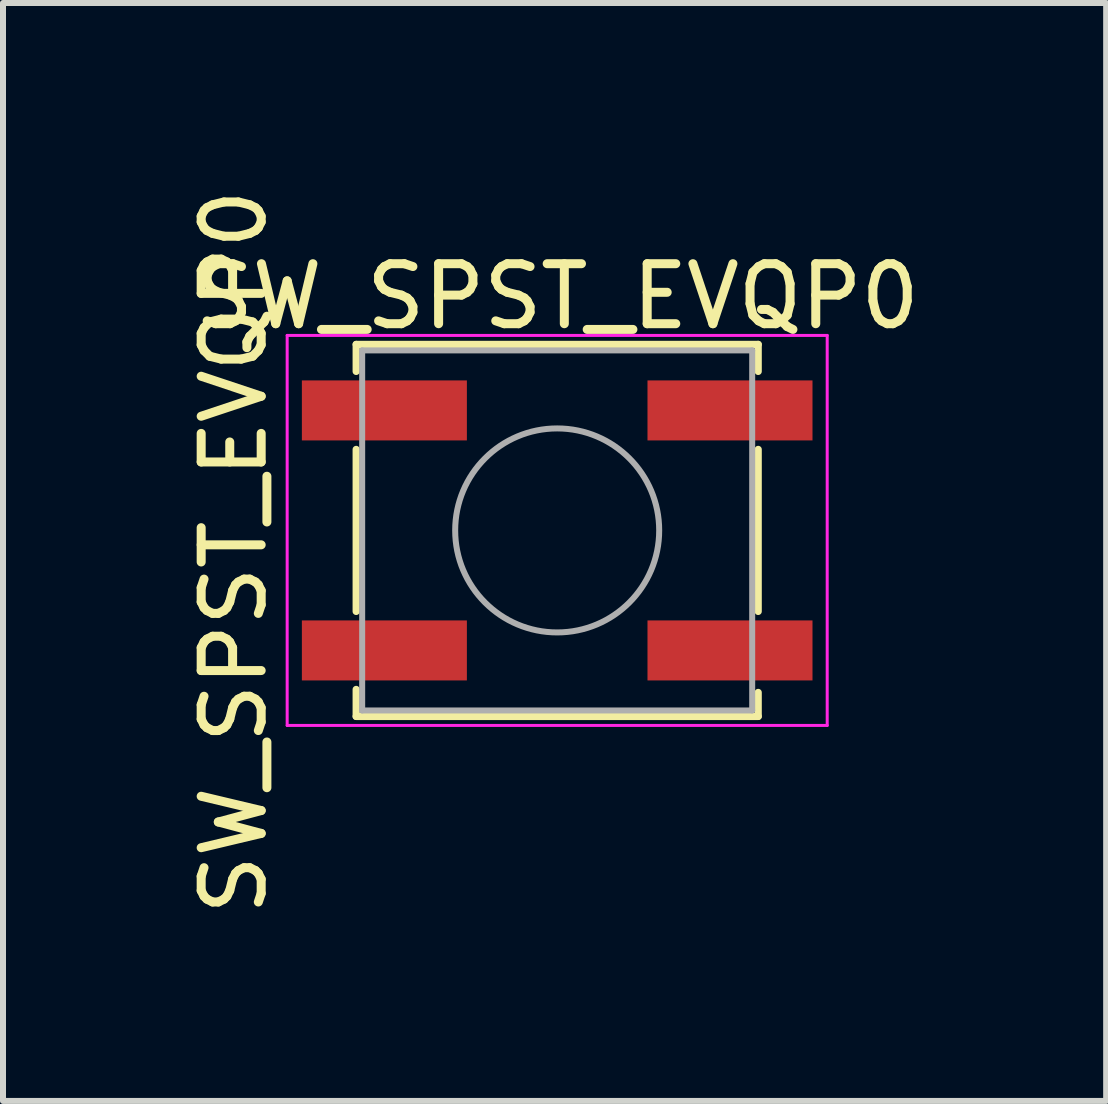
<source format=kicad_pcb>
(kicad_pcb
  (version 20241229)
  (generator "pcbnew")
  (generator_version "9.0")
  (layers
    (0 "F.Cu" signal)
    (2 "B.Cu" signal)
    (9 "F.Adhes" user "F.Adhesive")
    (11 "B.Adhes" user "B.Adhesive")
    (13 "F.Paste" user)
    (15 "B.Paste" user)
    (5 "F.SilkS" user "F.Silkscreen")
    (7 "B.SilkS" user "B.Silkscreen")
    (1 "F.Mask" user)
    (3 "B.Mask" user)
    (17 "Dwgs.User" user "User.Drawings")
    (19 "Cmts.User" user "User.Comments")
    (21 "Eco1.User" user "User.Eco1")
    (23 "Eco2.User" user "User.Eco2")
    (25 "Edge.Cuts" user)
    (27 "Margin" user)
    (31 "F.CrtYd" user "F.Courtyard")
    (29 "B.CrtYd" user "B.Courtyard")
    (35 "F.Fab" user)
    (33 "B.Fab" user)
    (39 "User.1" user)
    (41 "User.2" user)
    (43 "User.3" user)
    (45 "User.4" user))
  (footprint "SW_SPST_EVQP0"
    (layer "F.Cu")
    (at 6.236 5.79)
    (property "Reference" "SW_SPST_EVQP0" (at 0 -3.9 0) (layer "F.SilkS") (effects (font (size 1 1) (thickness 0.15))))
    (attr smd)
    (fp_line (start -3.35 -3.1) (end 3.35 -3.1) (stroke (width 0.12) (type solid)) (layer "F.SilkS"))
    (fp_line (start -3.35 -2.65) (end -3.35 -3.1) (stroke (width 0.12) (type solid)) (layer "F.SilkS"))
    (fp_line (start -3.35 1.35) (end -3.35 -1.35) (stroke (width 0.12) (type solid)) (layer "F.SilkS"))
    (fp_line (start -3.35 2.65) (end -3.35 3.1) (stroke (width 0.12) (type solid)) (layer "F.SilkS"))
    (fp_line (start -3.35 3.1) (end 3.35 3.1) (stroke (width 0.12) (type solid)) (layer "F.SilkS"))
    (fp_line (start 3.35 -3.1) (end 3.35 -2.65) (stroke (width 0.12) (type solid)) (layer "F.SilkS"))
    (fp_line (start 3.35 -1.35) (end 3.35 1.35) (stroke (width 0.12) (type solid)) (layer "F.SilkS"))
    (fp_line (start 3.35 3.1) (end 3.35 2.7) (stroke (width 0.12) (type solid)) (layer "F.SilkS"))
    (fp_line (start -4.5 -3.25) (end 4.5 -3.25) (stroke (width 0.05) (type solid)) (layer "F.CrtYd"))
    (fp_line (start -4.5 3.25) (end -4.5 -3.25) (stroke (width 0.05) (type solid)) (layer "F.CrtYd"))
    (fp_line (start 4.5 -3.25) (end 4.5 3.25) (stroke (width 0.05) (type solid)) (layer "F.CrtYd"))
    (fp_line (start 4.5 3.25) (end -4.5 3.25) (stroke (width 0.05) (type solid)) (layer "F.CrtYd"))
    (fp_line (start -3.25 -3) (end 3.25 -3) (stroke (width 0.1) (type solid)) (layer "F.Fab"))
    (fp_line (start -3.25 3) (end -3.25 -3) (stroke (width 0.1) (type solid)) (layer "F.Fab"))
    (fp_line (start 3.25 -3) (end 3.25 3) (stroke (width 0.1) (type solid)) (layer "F.Fab"))
    (fp_line (start 3.25 3) (end -3.25 3) (stroke (width 0.1) (type solid)) (layer "F.Fab"))
    (fp_circle (center 0 0) (end 1.7 0) (stroke (width 0.1) (type solid)) (fill no) (layer "F.Fab"))
    (fp_text user "${REFERENCE}" (at -5.388 0.359 90) (layer "F.SilkS") (effects (font (size 1 1) (thickness 0.15))))
    (pad "1" smd rect (at -2.88 -2) (size 2.75 1) (layers "F.Cu" "F.Mask" "F.Paste"))
    (pad "1" smd rect (at 2.88 -2) (size 2.75 1) (layers "F.Cu" "F.Mask" "F.Paste"))
    (pad "2" smd rect (at -2.88 2) (size 2.75 1) (layers "F.Cu" "F.Mask" "F.Paste"))
    (pad "2" smd rect (at 2.88 2) (size 2.75 1) (layers "F.Cu" "F.Mask" "F.Paste")))
  (gr_rect
    (start -3 -3)
    (end 15.385 15.298)
    (stroke (width 0.1) (type default))
    (fill no)
    (layer "Edge.Cuts")))
</source>
